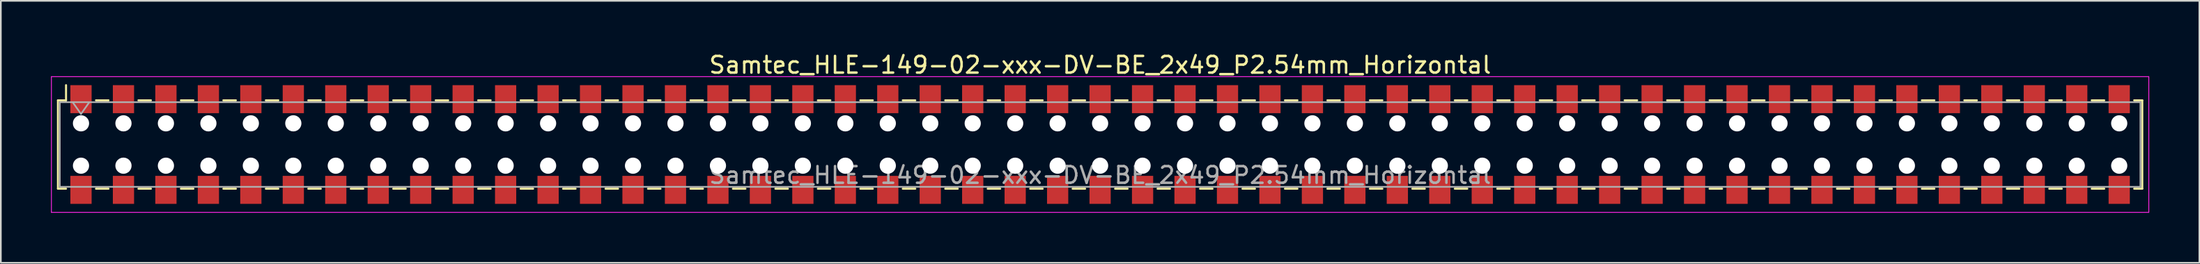
<source format=kicad_pcb>
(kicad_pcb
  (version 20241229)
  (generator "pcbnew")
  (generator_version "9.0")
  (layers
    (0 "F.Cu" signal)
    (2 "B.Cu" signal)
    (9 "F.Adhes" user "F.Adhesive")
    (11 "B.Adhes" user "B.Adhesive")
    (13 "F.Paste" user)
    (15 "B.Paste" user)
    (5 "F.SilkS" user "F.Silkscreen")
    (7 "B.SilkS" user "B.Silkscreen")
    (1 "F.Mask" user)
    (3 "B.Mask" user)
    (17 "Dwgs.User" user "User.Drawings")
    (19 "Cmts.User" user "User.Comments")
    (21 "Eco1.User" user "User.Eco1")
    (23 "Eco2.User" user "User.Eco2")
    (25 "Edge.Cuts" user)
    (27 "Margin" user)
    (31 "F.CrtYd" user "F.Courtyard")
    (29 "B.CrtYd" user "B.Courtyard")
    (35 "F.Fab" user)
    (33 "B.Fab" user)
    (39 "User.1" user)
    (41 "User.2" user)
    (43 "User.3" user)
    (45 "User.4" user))
  (footprint "Samtec_HLE-149-02-xxx-DV-BE_2x49_P2.54mm_Horizontal"
    (layer "F.Cu")
    (at 62.755 5.618)
    (property "Reference" "Samtec_HLE-149-02-xxx-DV-BE_2x49_P2.54mm_Horizontal" (at 0 -4.77 0) (layer "F.SilkS") (effects (font (size 1 1) (thickness 0.15))))
    (attr smd)
    (fp_line (start -62.34 -2.65) (end -62.34 2.65) (stroke (width 0.12) (type solid)) (layer "F.SilkS"))
    (fp_line (start -62.34 2.65) (end -61.855 2.65) (stroke (width 0.12) (type solid)) (layer "F.SilkS"))
    (fp_line (start -61.855 -3.56) (end -61.855 -2.65) (stroke (width 0.12) (type solid)) (layer "F.SilkS"))
    (fp_line (start -61.855 -2.65) (end -62.34 -2.65) (stroke (width 0.12) (type solid)) (layer "F.SilkS"))
    (fp_line (start -60.065 -2.65) (end -59.315 -2.65) (stroke (width 0.12) (type solid)) (layer "F.SilkS"))
    (fp_line (start -60.065 2.65) (end -59.315 2.65) (stroke (width 0.12) (type solid)) (layer "F.SilkS"))
    (fp_line (start -57.525 -2.65) (end -56.775 -2.65) (stroke (width 0.12) (type solid)) (layer "F.SilkS"))
    (fp_line (start -57.525 2.65) (end -56.775 2.65) (stroke (width 0.12) (type solid)) (layer "F.SilkS"))
    (fp_line (start -54.985 -2.65) (end -54.235 -2.65) (stroke (width 0.12) (type solid)) (layer "F.SilkS"))
    (fp_line (start -54.985 2.65) (end -54.235 2.65) (stroke (width 0.12) (type solid)) (layer "F.SilkS"))
    (fp_line (start -52.445 -2.65) (end -51.695 -2.65) (stroke (width 0.12) (type solid)) (layer "F.SilkS"))
    (fp_line (start -52.445 2.65) (end -51.695 2.65) (stroke (width 0.12) (type solid)) (layer "F.SilkS"))
    (fp_line (start -49.905 -2.65) (end -49.155 -2.65) (stroke (width 0.12) (type solid)) (layer "F.SilkS"))
    (fp_line (start -49.905 2.65) (end -49.155 2.65) (stroke (width 0.12) (type solid)) (layer "F.SilkS"))
    (fp_line (start -47.365 -2.65) (end -46.615 -2.65) (stroke (width 0.12) (type solid)) (layer "F.SilkS"))
    (fp_line (start -47.365 2.65) (end -46.615 2.65) (stroke (width 0.12) (type solid)) (layer "F.SilkS"))
    (fp_line (start -44.825 -2.65) (end -44.075 -2.65) (stroke (width 0.12) (type solid)) (layer "F.SilkS"))
    (fp_line (start -44.825 2.65) (end -44.075 2.65) (stroke (width 0.12) (type solid)) (layer "F.SilkS"))
    (fp_line (start -42.285 -2.65) (end -41.535 -2.65) (stroke (width 0.12) (type solid)) (layer "F.SilkS"))
    (fp_line (start -42.285 2.65) (end -41.535 2.65) (stroke (width 0.12) (type solid)) (layer "F.SilkS"))
    (fp_line (start -39.745 -2.65) (end -38.995 -2.65) (stroke (width 0.12) (type solid)) (layer "F.SilkS"))
    (fp_line (start -39.745 2.65) (end -38.995 2.65) (stroke (width 0.12) (type solid)) (layer "F.SilkS"))
    (fp_line (start -37.205 -2.65) (end -36.455 -2.65) (stroke (width 0.12) (type solid)) (layer "F.SilkS"))
    (fp_line (start -37.205 2.65) (end -36.455 2.65) (stroke (width 0.12) (type solid)) (layer "F.SilkS"))
    (fp_line (start -34.665 -2.65) (end -33.915 -2.65) (stroke (width 0.12) (type solid)) (layer "F.SilkS"))
    (fp_line (start -34.665 2.65) (end -33.915 2.65) (stroke (width 0.12) (type solid)) (layer "F.SilkS"))
    (fp_line (start -32.125 -2.65) (end -31.375 -2.65) (stroke (width 0.12) (type solid)) (layer "F.SilkS"))
    (fp_line (start -32.125 2.65) (end -31.375 2.65) (stroke (width 0.12) (type solid)) (layer "F.SilkS"))
    (fp_line (start -29.585 -2.65) (end -28.835 -2.65) (stroke (width 0.12) (type solid)) (layer "F.SilkS"))
    (fp_line (start -29.585 2.65) (end -28.835 2.65) (stroke (width 0.12) (type solid)) (layer "F.SilkS"))
    (fp_line (start -27.045 -2.65) (end -26.295 -2.65) (stroke (width 0.12) (type solid)) (layer "F.SilkS"))
    (fp_line (start -27.045 2.65) (end -26.295 2.65) (stroke (width 0.12) (type solid)) (layer "F.SilkS"))
    (fp_line (start -24.505 -2.65) (end -23.755 -2.65) (stroke (width 0.12) (type solid)) (layer "F.SilkS"))
    (fp_line (start -24.505 2.65) (end -23.755 2.65) (stroke (width 0.12) (type solid)) (layer "F.SilkS"))
    (fp_line (start -21.965 -2.65) (end -21.215 -2.65) (stroke (width 0.12) (type solid)) (layer "F.SilkS"))
    (fp_line (start -21.965 2.65) (end -21.215 2.65) (stroke (width 0.12) (type solid)) (layer "F.SilkS"))
    (fp_line (start -19.425 -2.65) (end -18.675 -2.65) (stroke (width 0.12) (type solid)) (layer "F.SilkS"))
    (fp_line (start -19.425 2.65) (end -18.675 2.65) (stroke (width 0.12) (type solid)) (layer "F.SilkS"))
    (fp_line (start -16.885 -2.65) (end -16.135 -2.65) (stroke (width 0.12) (type solid)) (layer "F.SilkS"))
    (fp_line (start -16.885 2.65) (end -16.135 2.65) (stroke (width 0.12) (type solid)) (layer "F.SilkS"))
    (fp_line (start -14.345 -2.65) (end -13.595 -2.65) (stroke (width 0.12) (type solid)) (layer "F.SilkS"))
    (fp_line (start -14.345 2.65) (end -13.595 2.65) (stroke (width 0.12) (type solid)) (layer "F.SilkS"))
    (fp_line (start -11.805 -2.65) (end -11.055 -2.65) (stroke (width 0.12) (type solid)) (layer "F.SilkS"))
    (fp_line (start -11.805 2.65) (end -11.055 2.65) (stroke (width 0.12) (type solid)) (layer "F.SilkS"))
    (fp_line (start -9.265 -2.65) (end -8.515 -2.65) (stroke (width 0.12) (type solid)) (layer "F.SilkS"))
    (fp_line (start -9.265 2.65) (end -8.515 2.65) (stroke (width 0.12) (type solid)) (layer "F.SilkS"))
    (fp_line (start -6.725 -2.65) (end -5.975 -2.65) (stroke (width 0.12) (type solid)) (layer "F.SilkS"))
    (fp_line (start -6.725 2.65) (end -5.975 2.65) (stroke (width 0.12) (type solid)) (layer "F.SilkS"))
    (fp_line (start -4.185 -2.65) (end -3.435 -2.65) (stroke (width 0.12) (type solid)) (layer "F.SilkS"))
    (fp_line (start -4.185 2.65) (end -3.435 2.65) (stroke (width 0.12) (type solid)) (layer "F.SilkS"))
    (fp_line (start -1.645 -2.65) (end -0.895 -2.65) (stroke (width 0.12) (type solid)) (layer "F.SilkS"))
    (fp_line (start -1.645 2.65) (end -0.895 2.65) (stroke (width 0.12) (type solid)) (layer "F.SilkS"))
    (fp_line (start 0.895 -2.65) (end 1.645 -2.65) (stroke (width 0.12) (type solid)) (layer "F.SilkS"))
    (fp_line (start 0.895 2.65) (end 1.645 2.65) (stroke (width 0.12) (type solid)) (layer "F.SilkS"))
    (fp_line (start 3.435 -2.65) (end 4.185 -2.65) (stroke (width 0.12) (type solid)) (layer "F.SilkS"))
    (fp_line (start 3.435 2.65) (end 4.185 2.65) (stroke (width 0.12) (type solid)) (layer "F.SilkS"))
    (fp_line (start 5.975 -2.65) (end 6.725 -2.65) (stroke (width 0.12) (type solid)) (layer "F.SilkS"))
    (fp_line (start 5.975 2.65) (end 6.725 2.65) (stroke (width 0.12) (type solid)) (layer "F.SilkS"))
    (fp_line (start 8.515 -2.65) (end 9.265 -2.65) (stroke (width 0.12) (type solid)) (layer "F.SilkS"))
    (fp_line (start 8.515 2.65) (end 9.265 2.65) (stroke (width 0.12) (type solid)) (layer "F.SilkS"))
    (fp_line (start 11.055 -2.65) (end 11.805 -2.65) (stroke (width 0.12) (type solid)) (layer "F.SilkS"))
    (fp_line (start 11.055 2.65) (end 11.805 2.65) (stroke (width 0.12) (type solid)) (layer "F.SilkS"))
    (fp_line (start 13.595 -2.65) (end 14.345 -2.65) (stroke (width 0.12) (type solid)) (layer "F.SilkS"))
    (fp_line (start 13.595 2.65) (end 14.345 2.65) (stroke (width 0.12) (type solid)) (layer "F.SilkS"))
    (fp_line (start 16.135 -2.65) (end 16.885 -2.65) (stroke (width 0.12) (type solid)) (layer "F.SilkS"))
    (fp_line (start 16.135 2.65) (end 16.885 2.65) (stroke (width 0.12) (type solid)) (layer "F.SilkS"))
    (fp_line (start 18.675 -2.65) (end 19.425 -2.65) (stroke (width 0.12) (type solid)) (layer "F.SilkS"))
    (fp_line (start 18.675 2.65) (end 19.425 2.65) (stroke (width 0.12) (type solid)) (layer "F.SilkS"))
    (fp_line (start 21.215 -2.65) (end 21.965 -2.65) (stroke (width 0.12) (type solid)) (layer "F.SilkS"))
    (fp_line (start 21.215 2.65) (end 21.965 2.65) (stroke (width 0.12) (type solid)) (layer "F.SilkS"))
    (fp_line (start 23.755 -2.65) (end 24.505 -2.65) (stroke (width 0.12) (type solid)) (layer "F.SilkS"))
    (fp_line (start 23.755 2.65) (end 24.505 2.65) (stroke (width 0.12) (type solid)) (layer "F.SilkS"))
    (fp_line (start 26.295 -2.65) (end 27.045 -2.65) (stroke (width 0.12) (type solid)) (layer "F.SilkS"))
    (fp_line (start 26.295 2.65) (end 27.045 2.65) (stroke (width 0.12) (type solid)) (layer "F.SilkS"))
    (fp_line (start 28.835 -2.65) (end 29.585 -2.65) (stroke (width 0.12) (type solid)) (layer "F.SilkS"))
    (fp_line (start 28.835 2.65) (end 29.585 2.65) (stroke (width 0.12) (type solid)) (layer "F.SilkS"))
    (fp_line (start 31.375 -2.65) (end 32.125 -2.65) (stroke (width 0.12) (type solid)) (layer "F.SilkS"))
    (fp_line (start 31.375 2.65) (end 32.125 2.65) (stroke (width 0.12) (type solid)) (layer "F.SilkS"))
    (fp_line (start 33.915 -2.65) (end 34.665 -2.65) (stroke (width 0.12) (type solid)) (layer "F.SilkS"))
    (fp_line (start 33.915 2.65) (end 34.665 2.65) (stroke (width 0.12) (type solid)) (layer "F.SilkS"))
    (fp_line (start 36.455 -2.65) (end 37.205 -2.65) (stroke (width 0.12) (type solid)) (layer "F.SilkS"))
    (fp_line (start 36.455 2.65) (end 37.205 2.65) (stroke (width 0.12) (type solid)) (layer "F.SilkS"))
    (fp_line (start 38.995 -2.65) (end 39.745 -2.65) (stroke (width 0.12) (type solid)) (layer "F.SilkS"))
    (fp_line (start 38.995 2.65) (end 39.745 2.65) (stroke (width 0.12) (type solid)) (layer "F.SilkS"))
    (fp_line (start 41.535 -2.65) (end 42.285 -2.65) (stroke (width 0.12) (type solid)) (layer "F.SilkS"))
    (fp_line (start 41.535 2.65) (end 42.285 2.65) (stroke (width 0.12) (type solid)) (layer "F.SilkS"))
    (fp_line (start 44.075 -2.65) (end 44.825 -2.65) (stroke (width 0.12) (type solid)) (layer "F.SilkS"))
    (fp_line (start 44.075 2.65) (end 44.825 2.65) (stroke (width 0.12) (type solid)) (layer "F.SilkS"))
    (fp_line (start 46.615 -2.65) (end 47.365 -2.65) (stroke (width 0.12) (type solid)) (layer "F.SilkS"))
    (fp_line (start 46.615 2.65) (end 47.365 2.65) (stroke (width 0.12) (type solid)) (layer "F.SilkS"))
    (fp_line (start 49.155 -2.65) (end 49.905 -2.65) (stroke (width 0.12) (type solid)) (layer "F.SilkS"))
    (fp_line (start 49.155 2.65) (end 49.905 2.65) (stroke (width 0.12) (type solid)) (layer "F.SilkS"))
    (fp_line (start 51.695 -2.65) (end 52.445 -2.65) (stroke (width 0.12) (type solid)) (layer "F.SilkS"))
    (fp_line (start 51.695 2.65) (end 52.445 2.65) (stroke (width 0.12) (type solid)) (layer "F.SilkS"))
    (fp_line (start 54.235 -2.65) (end 54.985 -2.65) (stroke (width 0.12) (type solid)) (layer "F.SilkS"))
    (fp_line (start 54.235 2.65) (end 54.985 2.65) (stroke (width 0.12) (type solid)) (layer "F.SilkS"))
    (fp_line (start 56.775 -2.65) (end 57.525 -2.65) (stroke (width 0.12) (type solid)) (layer "F.SilkS"))
    (fp_line (start 56.775 2.65) (end 57.525 2.65) (stroke (width 0.12) (type solid)) (layer "F.SilkS"))
    (fp_line (start 59.315 -2.65) (end 60.065 -2.65) (stroke (width 0.12) (type solid)) (layer "F.SilkS"))
    (fp_line (start 59.315 2.65) (end 60.065 2.65) (stroke (width 0.12) (type solid)) (layer "F.SilkS"))
    (fp_line (start 61.855 -2.65) (end 62.34 -2.65) (stroke (width 0.12) (type solid)) (layer "F.SilkS"))
    (fp_line (start 62.34 -2.65) (end 62.34 2.65) (stroke (width 0.12) (type solid)) (layer "F.SilkS"))
    (fp_line (start 62.34 2.65) (end 61.855 2.65) (stroke (width 0.12) (type solid)) (layer "F.SilkS"))
    (fp_line (start -62.73 -4.07) (end 62.73 -4.07) (stroke (width 0.05) (type solid)) (layer "F.CrtYd"))
    (fp_line (start -62.73 4.07) (end -62.73 -4.07) (stroke (width 0.05) (type solid)) (layer "F.CrtYd"))
    (fp_line (start 62.73 -4.07) (end 62.73 4.07) (stroke (width 0.05) (type solid)) (layer "F.CrtYd"))
    (fp_line (start 62.73 4.07) (end -62.73 4.07) (stroke (width 0.05) (type solid)) (layer "F.CrtYd"))
    (fp_line (start -62.23 -2.54) (end 62.23 -2.54) (stroke (width 0.1) (type solid)) (layer "F.Fab"))
    (fp_line (start -62.23 2.54) (end -62.23 -2.54) (stroke (width 0.1) (type solid)) (layer "F.Fab"))
    (fp_line (start -61.46 -2.54) (end -60.96 -1.833) (stroke (width 0.1) (type solid)) (layer "F.Fab"))
    (fp_line (start -60.96 -1.833) (end -60.46 -2.54) (stroke (width 0.1) (type solid)) (layer "F.Fab"))
    (fp_line (start 62.23 -2.54) (end 62.23 2.54) (stroke (width 0.1) (type solid)) (layer "F.Fab"))
    (fp_line (start 62.23 2.54) (end -62.23 2.54) (stroke (width 0.1) (type solid)) (layer "F.Fab"))
    (fp_text user "${REFERENCE}" (at 0 1.84 0) (layer "F.Fab") (effects (font (size 1 1) (thickness 0.15))))
    (pad "" np_thru_hole circle (at -60.96 -1.27) (size 0.97 0.97) (drill 0.97) (layers "*.Cu" "*.Mask"))
    (pad "" np_thru_hole circle (at -60.96 1.27) (size 0.97 0.97) (drill 0.97) (layers "*.Cu" "*.Mask"))
    (pad "" np_thru_hole circle (at -58.42 -1.27) (size 0.97 0.97) (drill 0.97) (layers "*.Cu" "*.Mask"))
    (pad "" np_thru_hole circle (at -58.42 1.27) (size 0.97 0.97) (drill 0.97) (layers "*.Cu" "*.Mask"))
    (pad "" np_thru_hole circle (at -55.88 -1.27) (size 0.97 0.97) (drill 0.97) (layers "*.Cu" "*.Mask"))
    (pad "" np_thru_hole circle (at -55.88 1.27) (size 0.97 0.97) (drill 0.97) (layers "*.Cu" "*.Mask"))
    (pad "" np_thru_hole circle (at -53.34 -1.27) (size 0.97 0.97) (drill 0.97) (layers "*.Cu" "*.Mask"))
    (pad "" np_thru_hole circle (at -53.34 1.27) (size 0.97 0.97) (drill 0.97) (layers "*.Cu" "*.Mask"))
    (pad "" np_thru_hole circle (at -50.8 -1.27) (size 0.97 0.97) (drill 0.97) (layers "*.Cu" "*.Mask"))
    (pad "" np_thru_hole circle (at -50.8 1.27) (size 0.97 0.97) (drill 0.97) (layers "*.Cu" "*.Mask"))
    (pad "" np_thru_hole circle (at -48.26 -1.27) (size 0.97 0.97) (drill 0.97) (layers "*.Cu" "*.Mask"))
    (pad "" np_thru_hole circle (at -48.26 1.27) (size 0.97 0.97) (drill 0.97) (layers "*.Cu" "*.Mask"))
    (pad "" np_thru_hole circle (at -45.72 -1.27) (size 0.97 0.97) (drill 0.97) (layers "*.Cu" "*.Mask"))
    (pad "" np_thru_hole circle (at -45.72 1.27) (size 0.97 0.97) (drill 0.97) (layers "*.Cu" "*.Mask"))
    (pad "" np_thru_hole circle (at -43.18 -1.27) (size 0.97 0.97) (drill 0.97) (layers "*.Cu" "*.Mask"))
    (pad "" np_thru_hole circle (at -43.18 1.27) (size 0.97 0.97) (drill 0.97) (layers "*.Cu" "*.Mask"))
    (pad "" np_thru_hole circle (at -40.64 -1.27) (size 0.97 0.97) (drill 0.97) (layers "*.Cu" "*.Mask"))
    (pad "" np_thru_hole circle (at -40.64 1.27) (size 0.97 0.97) (drill 0.97) (layers "*.Cu" "*.Mask"))
    (pad "" np_thru_hole circle (at -38.1 -1.27) (size 0.97 0.97) (drill 0.97) (layers "*.Cu" "*.Mask"))
    (pad "" np_thru_hole circle (at -38.1 1.27) (size 0.97 0.97) (drill 0.97) (layers "*.Cu" "*.Mask"))
    (pad "" np_thru_hole circle (at -35.56 -1.27) (size 0.97 0.97) (drill 0.97) (layers "*.Cu" "*.Mask"))
    (pad "" np_thru_hole circle (at -35.56 1.27) (size 0.97 0.97) (drill 0.97) (layers "*.Cu" "*.Mask"))
    (pad "" np_thru_hole circle (at -33.02 -1.27) (size 0.97 0.97) (drill 0.97) (layers "*.Cu" "*.Mask"))
    (pad "" np_thru_hole circle (at -33.02 1.27) (size 0.97 0.97) (drill 0.97) (layers "*.Cu" "*.Mask"))
    (pad "" np_thru_hole circle (at -30.48 -1.27) (size 0.97 0.97) (drill 0.97) (layers "*.Cu" "*.Mask"))
    (pad "" np_thru_hole circle (at -30.48 1.27) (size 0.97 0.97) (drill 0.97) (layers "*.Cu" "*.Mask"))
    (pad "" np_thru_hole circle (at -27.94 -1.27) (size 0.97 0.97) (drill 0.97) (layers "*.Cu" "*.Mask"))
    (pad "" np_thru_hole circle (at -27.94 1.27) (size 0.97 0.97) (drill 0.97) (layers "*.Cu" "*.Mask"))
    (pad "" np_thru_hole circle (at -25.4 -1.27) (size 0.97 0.97) (drill 0.97) (layers "*.Cu" "*.Mask"))
    (pad "" np_thru_hole circle (at -25.4 1.27) (size 0.97 0.97) (drill 0.97) (layers "*.Cu" "*.Mask"))
    (pad "" np_thru_hole circle (at -22.86 -1.27) (size 0.97 0.97) (drill 0.97) (layers "*.Cu" "*.Mask"))
    (pad "" np_thru_hole circle (at -22.86 1.27) (size 0.97 0.97) (drill 0.97) (layers "*.Cu" "*.Mask"))
    (pad "" np_thru_hole circle (at -20.32 -1.27) (size 0.97 0.97) (drill 0.97) (layers "*.Cu" "*.Mask"))
    (pad "" np_thru_hole circle (at -20.32 1.27) (size 0.97 0.97) (drill 0.97) (layers "*.Cu" "*.Mask"))
    (pad "" np_thru_hole circle (at -17.78 -1.27) (size 0.97 0.97) (drill 0.97) (layers "*.Cu" "*.Mask"))
    (pad "" np_thru_hole circle (at -17.78 1.27) (size 0.97 0.97) (drill 0.97) (layers "*.Cu" "*.Mask"))
    (pad "" np_thru_hole circle (at -15.24 -1.27) (size 0.97 0.97) (drill 0.97) (layers "*.Cu" "*.Mask"))
    (pad "" np_thru_hole circle (at -15.24 1.27) (size 0.97 0.97) (drill 0.97) (layers "*.Cu" "*.Mask"))
    (pad "" np_thru_hole circle (at -12.7 -1.27) (size 0.97 0.97) (drill 0.97) (layers "*.Cu" "*.Mask"))
    (pad "" np_thru_hole circle (at -12.7 1.27) (size 0.97 0.97) (drill 0.97) (layers "*.Cu" "*.Mask"))
    (pad "" np_thru_hole circle (at -10.16 -1.27) (size 0.97 0.97) (drill 0.97) (layers "*.Cu" "*.Mask"))
    (pad "" np_thru_hole circle (at -10.16 1.27) (size 0.97 0.97) (drill 0.97) (layers "*.Cu" "*.Mask"))
    (pad "" np_thru_hole circle (at -7.62 -1.27) (size 0.97 0.97) (drill 0.97) (layers "*.Cu" "*.Mask"))
    (pad "" np_thru_hole circle (at -7.62 1.27) (size 0.97 0.97) (drill 0.97) (layers "*.Cu" "*.Mask"))
    (pad "" np_thru_hole circle (at -5.08 -1.27) (size 0.97 0.97) (drill 0.97) (layers "*.Cu" "*.Mask"))
    (pad "" np_thru_hole circle (at -5.08 1.27) (size 0.97 0.97) (drill 0.97) (layers "*.Cu" "*.Mask"))
    (pad "" np_thru_hole circle (at -2.54 -1.27) (size 0.97 0.97) (drill 0.97) (layers "*.Cu" "*.Mask"))
    (pad "" np_thru_hole circle (at -2.54 1.27) (size 0.97 0.97) (drill 0.97) (layers "*.Cu" "*.Mask"))
    (pad "" np_thru_hole circle (at 0 -1.27) (size 0.97 0.97) (drill 0.97) (layers "*.Cu" "*.Mask"))
    (pad "" np_thru_hole circle (at 0 1.27) (size 0.97 0.97) (drill 0.97) (layers "*.Cu" "*.Mask"))
    (pad "" np_thru_hole circle (at 2.54 -1.27) (size 0.97 0.97) (drill 0.97) (layers "*.Cu" "*.Mask"))
    (pad "" np_thru_hole circle (at 2.54 1.27) (size 0.97 0.97) (drill 0.97) (layers "*.Cu" "*.Mask"))
    (pad "" np_thru_hole circle (at 5.08 -1.27) (size 0.97 0.97) (drill 0.97) (layers "*.Cu" "*.Mask"))
    (pad "" np_thru_hole circle (at 5.08 1.27) (size 0.97 0.97) (drill 0.97) (layers "*.Cu" "*.Mask"))
    (pad "" np_thru_hole circle (at 7.62 -1.27) (size 0.97 0.97) (drill 0.97) (layers "*.Cu" "*.Mask"))
    (pad "" np_thru_hole circle (at 7.62 1.27) (size 0.97 0.97) (drill 0.97) (layers "*.Cu" "*.Mask"))
    (pad "" np_thru_hole circle (at 10.16 -1.27) (size 0.97 0.97) (drill 0.97) (layers "*.Cu" "*.Mask"))
    (pad "" np_thru_hole circle (at 10.16 1.27) (size 0.97 0.97) (drill 0.97) (layers "*.Cu" "*.Mask"))
    (pad "" np_thru_hole circle (at 12.7 -1.27) (size 0.97 0.97) (drill 0.97) (layers "*.Cu" "*.Mask"))
    (pad "" np_thru_hole circle (at 12.7 1.27) (size 0.97 0.97) (drill 0.97) (layers "*.Cu" "*.Mask"))
    (pad "" np_thru_hole circle (at 15.24 -1.27) (size 0.97 0.97) (drill 0.97) (layers "*.Cu" "*.Mask"))
    (pad "" np_thru_hole circle (at 15.24 1.27) (size 0.97 0.97) (drill 0.97) (layers "*.Cu" "*.Mask"))
    (pad "" np_thru_hole circle (at 17.78 -1.27) (size 0.97 0.97) (drill 0.97) (layers "*.Cu" "*.Mask"))
    (pad "" np_thru_hole circle (at 17.78 1.27) (size 0.97 0.97) (drill 0.97) (layers "*.Cu" "*.Mask"))
    (pad "" np_thru_hole circle (at 20.32 -1.27) (size 0.97 0.97) (drill 0.97) (layers "*.Cu" "*.Mask"))
    (pad "" np_thru_hole circle (at 20.32 1.27) (size 0.97 0.97) (drill 0.97) (layers "*.Cu" "*.Mask"))
    (pad "" np_thru_hole circle (at 22.86 -1.27) (size 0.97 0.97) (drill 0.97) (layers "*.Cu" "*.Mask"))
    (pad "" np_thru_hole circle (at 22.86 1.27) (size 0.97 0.97) (drill 0.97) (layers "*.Cu" "*.Mask"))
    (pad "" np_thru_hole circle (at 25.4 -1.27) (size 0.97 0.97) (drill 0.97) (layers "*.Cu" "*.Mask"))
    (pad "" np_thru_hole circle (at 25.4 1.27) (size 0.97 0.97) (drill 0.97) (layers "*.Cu" "*.Mask"))
    (pad "" np_thru_hole circle (at 27.94 -1.27) (size 0.97 0.97) (drill 0.97) (layers "*.Cu" "*.Mask"))
    (pad "" np_thru_hole circle (at 27.94 1.27) (size 0.97 0.97) (drill 0.97) (layers "*.Cu" "*.Mask"))
    (pad "" np_thru_hole circle (at 30.48 -1.27) (size 0.97 0.97) (drill 0.97) (layers "*.Cu" "*.Mask"))
    (pad "" np_thru_hole circle (at 30.48 1.27) (size 0.97 0.97) (drill 0.97) (layers "*.Cu" "*.Mask"))
    (pad "" np_thru_hole circle (at 33.02 -1.27) (size 0.97 0.97) (drill 0.97) (layers "*.Cu" "*.Mask"))
    (pad "" np_thru_hole circle (at 33.02 1.27) (size 0.97 0.97) (drill 0.97) (layers "*.Cu" "*.Mask"))
    (pad "" np_thru_hole circle (at 35.56 -1.27) (size 0.97 0.97) (drill 0.97) (layers "*.Cu" "*.Mask"))
    (pad "" np_thru_hole circle (at 35.56 1.27) (size 0.97 0.97) (drill 0.97) (layers "*.Cu" "*.Mask"))
    (pad "" np_thru_hole circle (at 38.1 -1.27) (size 0.97 0.97) (drill 0.97) (layers "*.Cu" "*.Mask"))
    (pad "" np_thru_hole circle (at 38.1 1.27) (size 0.97 0.97) (drill 0.97) (layers "*.Cu" "*.Mask"))
    (pad "" np_thru_hole circle (at 40.64 -1.27) (size 0.97 0.97) (drill 0.97) (layers "*.Cu" "*.Mask"))
    (pad "" np_thru_hole circle (at 40.64 1.27) (size 0.97 0.97) (drill 0.97) (layers "*.Cu" "*.Mask"))
    (pad "" np_thru_hole circle (at 43.18 -1.27) (size 0.97 0.97) (drill 0.97) (layers "*.Cu" "*.Mask"))
    (pad "" np_thru_hole circle (at 43.18 1.27) (size 0.97 0.97) (drill 0.97) (layers "*.Cu" "*.Mask"))
    (pad "" np_thru_hole circle (at 45.72 -1.27) (size 0.97 0.97) (drill 0.97) (layers "*.Cu" "*.Mask"))
    (pad "" np_thru_hole circle (at 45.72 1.27) (size 0.97 0.97) (drill 0.97) (layers "*.Cu" "*.Mask"))
    (pad "" np_thru_hole circle (at 48.26 -1.27) (size 0.97 0.97) (drill 0.97) (layers "*.Cu" "*.Mask"))
    (pad "" np_thru_hole circle (at 48.26 1.27) (size 0.97 0.97) (drill 0.97) (layers "*.Cu" "*.Mask"))
    (pad "" np_thru_hole circle (at 50.8 -1.27) (size 0.97 0.97) (drill 0.97) (layers "*.Cu" "*.Mask"))
    (pad "" np_thru_hole circle (at 50.8 1.27) (size 0.97 0.97) (drill 0.97) (layers "*.Cu" "*.Mask"))
    (pad "" np_thru_hole circle (at 53.34 -1.27) (size 0.97 0.97) (drill 0.97) (layers "*.Cu" "*.Mask"))
    (pad "" np_thru_hole circle (at 53.34 1.27) (size 0.97 0.97) (drill 0.97) (layers "*.Cu" "*.Mask"))
    (pad "" np_thru_hole circle (at 55.88 -1.27) (size 0.97 0.97) (drill 0.97) (layers "*.Cu" "*.Mask"))
    (pad "" np_thru_hole circle (at 55.88 1.27) (size 0.97 0.97) (drill 0.97) (layers "*.Cu" "*.Mask"))
    (pad "" np_thru_hole circle (at 58.42 -1.27) (size 0.97 0.97) (drill 0.97) (layers "*.Cu" "*.Mask"))
    (pad "" np_thru_hole circle (at 58.42 1.27) (size 0.97 0.97) (drill 0.97) (layers "*.Cu" "*.Mask"))
    (pad "" np_thru_hole circle (at 60.96 -1.27) (size 0.97 0.97) (drill 0.97) (layers "*.Cu" "*.Mask"))
    (pad "" np_thru_hole circle (at 60.96 1.27) (size 0.97 0.97) (drill 0.97) (layers "*.Cu" "*.Mask"))
    (pad "1" smd rect (at -60.96 -2.72) (size 1.27 1.68) (layers "F.Cu" "F.Mask" "F.Paste"))
    (pad "2" smd rect (at -60.96 2.72) (size 1.27 1.68) (layers "F.Cu" "F.Mask" "F.Paste"))
    (pad "3" smd rect (at -58.42 -2.72) (size 1.27 1.68) (layers "F.Cu" "F.Mask" "F.Paste"))
    (pad "4" smd rect (at -58.42 2.72) (size 1.27 1.68) (layers "F.Cu" "F.Mask" "F.Paste"))
    (pad "5" smd rect (at -55.88 -2.72) (size 1.27 1.68) (layers "F.Cu" "F.Mask" "F.Paste"))
    (pad "6" smd rect (at -55.88 2.72) (size 1.27 1.68) (layers "F.Cu" "F.Mask" "F.Paste"))
    (pad "7" smd rect (at -53.34 -2.72) (size 1.27 1.68) (layers "F.Cu" "F.Mask" "F.Paste"))
    (pad "8" smd rect (at -53.34 2.72) (size 1.27 1.68) (layers "F.Cu" "F.Mask" "F.Paste"))
    (pad "9" smd rect (at -50.8 -2.72) (size 1.27 1.68) (layers "F.Cu" "F.Mask" "F.Paste"))
    (pad "10" smd rect (at -50.8 2.72) (size 1.27 1.68) (layers "F.Cu" "F.Mask" "F.Paste"))
    (pad "11" smd rect (at -48.26 -2.72) (size 1.27 1.68) (layers "F.Cu" "F.Mask" "F.Paste"))
    (pad "12" smd rect (at -48.26 2.72) (size 1.27 1.68) (layers "F.Cu" "F.Mask" "F.Paste"))
    (pad "13" smd rect (at -45.72 -2.72) (size 1.27 1.68) (layers "F.Cu" "F.Mask" "F.Paste"))
    (pad "14" smd rect (at -45.72 2.72) (size 1.27 1.68) (layers "F.Cu" "F.Mask" "F.Paste"))
    (pad "15" smd rect (at -43.18 -2.72) (size 1.27 1.68) (layers "F.Cu" "F.Mask" "F.Paste"))
    (pad "16" smd rect (at -43.18 2.72) (size 1.27 1.68) (layers "F.Cu" "F.Mask" "F.Paste"))
    (pad "17" smd rect (at -40.64 -2.72) (size 1.27 1.68) (layers "F.Cu" "F.Mask" "F.Paste"))
    (pad "18" smd rect (at -40.64 2.72) (size 1.27 1.68) (layers "F.Cu" "F.Mask" "F.Paste"))
    (pad "19" smd rect (at -38.1 -2.72) (size 1.27 1.68) (layers "F.Cu" "F.Mask" "F.Paste"))
    (pad "20" smd rect (at -38.1 2.72) (size 1.27 1.68) (layers "F.Cu" "F.Mask" "F.Paste"))
    (pad "21" smd rect (at -35.56 -2.72) (size 1.27 1.68) (layers "F.Cu" "F.Mask" "F.Paste"))
    (pad "22" smd rect (at -35.56 2.72) (size 1.27 1.68) (layers "F.Cu" "F.Mask" "F.Paste"))
    (pad "23" smd rect (at -33.02 -2.72) (size 1.27 1.68) (layers "F.Cu" "F.Mask" "F.Paste"))
    (pad "24" smd rect (at -33.02 2.72) (size 1.27 1.68) (layers "F.Cu" "F.Mask" "F.Paste"))
    (pad "25" smd rect (at -30.48 -2.72) (size 1.27 1.68) (layers "F.Cu" "F.Mask" "F.Paste"))
    (pad "26" smd rect (at -30.48 2.72) (size 1.27 1.68) (layers "F.Cu" "F.Mask" "F.Paste"))
    (pad "27" smd rect (at -27.94 -2.72) (size 1.27 1.68) (layers "F.Cu" "F.Mask" "F.Paste"))
    (pad "28" smd rect (at -27.94 2.72) (size 1.27 1.68) (layers "F.Cu" "F.Mask" "F.Paste"))
    (pad "29" smd rect (at -25.4 -2.72) (size 1.27 1.68) (layers "F.Cu" "F.Mask" "F.Paste"))
    (pad "30" smd rect (at -25.4 2.72) (size 1.27 1.68) (layers "F.Cu" "F.Mask" "F.Paste"))
    (pad "31" smd rect (at -22.86 -2.72) (size 1.27 1.68) (layers "F.Cu" "F.Mask" "F.Paste"))
    (pad "32" smd rect (at -22.86 2.72) (size 1.27 1.68) (layers "F.Cu" "F.Mask" "F.Paste"))
    (pad "33" smd rect (at -20.32 -2.72) (size 1.27 1.68) (layers "F.Cu" "F.Mask" "F.Paste"))
    (pad "34" smd rect (at -20.32 2.72) (size 1.27 1.68) (layers "F.Cu" "F.Mask" "F.Paste"))
    (pad "35" smd rect (at -17.78 -2.72) (size 1.27 1.68) (layers "F.Cu" "F.Mask" "F.Paste"))
    (pad "36" smd rect (at -17.78 2.72) (size 1.27 1.68) (layers "F.Cu" "F.Mask" "F.Paste"))
    (pad "37" smd rect (at -15.24 -2.72) (size 1.27 1.68) (layers "F.Cu" "F.Mask" "F.Paste"))
    (pad "38" smd rect (at -15.24 2.72) (size 1.27 1.68) (layers "F.Cu" "F.Mask" "F.Paste"))
    (pad "39" smd rect (at -12.7 -2.72) (size 1.27 1.68) (layers "F.Cu" "F.Mask" "F.Paste"))
    (pad "40" smd rect (at -12.7 2.72) (size 1.27 1.68) (layers "F.Cu" "F.Mask" "F.Paste"))
    (pad "41" smd rect (at -10.16 -2.72) (size 1.27 1.68) (layers "F.Cu" "F.Mask" "F.Paste"))
    (pad "42" smd rect (at -10.16 2.72) (size 1.27 1.68) (layers "F.Cu" "F.Mask" "F.Paste"))
    (pad "43" smd rect (at -7.62 -2.72) (size 1.27 1.68) (layers "F.Cu" "F.Mask" "F.Paste"))
    (pad "44" smd rect (at -7.62 2.72) (size 1.27 1.68) (layers "F.Cu" "F.Mask" "F.Paste"))
    (pad "45" smd rect (at -5.08 -2.72) (size 1.27 1.68) (layers "F.Cu" "F.Mask" "F.Paste"))
    (pad "46" smd rect (at -5.08 2.72) (size 1.27 1.68) (layers "F.Cu" "F.Mask" "F.Paste"))
    (pad "47" smd rect (at -2.54 -2.72) (size 1.27 1.68) (layers "F.Cu" "F.Mask" "F.Paste"))
    (pad "48" smd rect (at -2.54 2.72) (size 1.27 1.68) (layers "F.Cu" "F.Mask" "F.Paste"))
    (pad "49" smd rect (at 0 -2.72) (size 1.27 1.68) (layers "F.Cu" "F.Mask" "F.Paste"))
    (pad "50" smd rect (at 0 2.72) (size 1.27 1.68) (layers "F.Cu" "F.Mask" "F.Paste"))
    (pad "51" smd rect (at 2.54 -2.72) (size 1.27 1.68) (layers "F.Cu" "F.Mask" "F.Paste"))
    (pad "52" smd rect (at 2.54 2.72) (size 1.27 1.68) (layers "F.Cu" "F.Mask" "F.Paste"))
    (pad "53" smd rect (at 5.08 -2.72) (size 1.27 1.68) (layers "F.Cu" "F.Mask" "F.Paste"))
    (pad "54" smd rect (at 5.08 2.72) (size 1.27 1.68) (layers "F.Cu" "F.Mask" "F.Paste"))
    (pad "55" smd rect (at 7.62 -2.72) (size 1.27 1.68) (layers "F.Cu" "F.Mask" "F.Paste"))
    (pad "56" smd rect (at 7.62 2.72) (size 1.27 1.68) (layers "F.Cu" "F.Mask" "F.Paste"))
    (pad "57" smd rect (at 10.16 -2.72) (size 1.27 1.68) (layers "F.Cu" "F.Mask" "F.Paste"))
    (pad "58" smd rect (at 10.16 2.72) (size 1.27 1.68) (layers "F.Cu" "F.Mask" "F.Paste"))
    (pad "59" smd rect (at 12.7 -2.72) (size 1.27 1.68) (layers "F.Cu" "F.Mask" "F.Paste"))
    (pad "60" smd rect (at 12.7 2.72) (size 1.27 1.68) (layers "F.Cu" "F.Mask" "F.Paste"))
    (pad "61" smd rect (at 15.24 -2.72) (size 1.27 1.68) (layers "F.Cu" "F.Mask" "F.Paste"))
    (pad "62" smd rect (at 15.24 2.72) (size 1.27 1.68) (layers "F.Cu" "F.Mask" "F.Paste"))
    (pad "63" smd rect (at 17.78 -2.72) (size 1.27 1.68) (layers "F.Cu" "F.Mask" "F.Paste"))
    (pad "64" smd rect (at 17.78 2.72) (size 1.27 1.68) (layers "F.Cu" "F.Mask" "F.Paste"))
    (pad "65" smd rect (at 20.32 -2.72) (size 1.27 1.68) (layers "F.Cu" "F.Mask" "F.Paste"))
    (pad "66" smd rect (at 20.32 2.72) (size 1.27 1.68) (layers "F.Cu" "F.Mask" "F.Paste"))
    (pad "67" smd rect (at 22.86 -2.72) (size 1.27 1.68) (layers "F.Cu" "F.Mask" "F.Paste"))
    (pad "68" smd rect (at 22.86 2.72) (size 1.27 1.68) (layers "F.Cu" "F.Mask" "F.Paste"))
    (pad "69" smd rect (at 25.4 -2.72) (size 1.27 1.68) (layers "F.Cu" "F.Mask" "F.Paste"))
    (pad "70" smd rect (at 25.4 2.72) (size 1.27 1.68) (layers "F.Cu" "F.Mask" "F.Paste"))
    (pad "71" smd rect (at 27.94 -2.72) (size 1.27 1.68) (layers "F.Cu" "F.Mask" "F.Paste"))
    (pad "72" smd rect (at 27.94 2.72) (size 1.27 1.68) (layers "F.Cu" "F.Mask" "F.Paste"))
    (pad "73" smd rect (at 30.48 -2.72) (size 1.27 1.68) (layers "F.Cu" "F.Mask" "F.Paste"))
    (pad "74" smd rect (at 30.48 2.72) (size 1.27 1.68) (layers "F.Cu" "F.Mask" "F.Paste"))
    (pad "75" smd rect (at 33.02 -2.72) (size 1.27 1.68) (layers "F.Cu" "F.Mask" "F.Paste"))
    (pad "76" smd rect (at 33.02 2.72) (size 1.27 1.68) (layers "F.Cu" "F.Mask" "F.Paste"))
    (pad "77" smd rect (at 35.56 -2.72) (size 1.27 1.68) (layers "F.Cu" "F.Mask" "F.Paste"))
    (pad "78" smd rect (at 35.56 2.72) (size 1.27 1.68) (layers "F.Cu" "F.Mask" "F.Paste"))
    (pad "79" smd rect (at 38.1 -2.72) (size 1.27 1.68) (layers "F.Cu" "F.Mask" "F.Paste"))
    (pad "80" smd rect (at 38.1 2.72) (size 1.27 1.68) (layers "F.Cu" "F.Mask" "F.Paste"))
    (pad "81" smd rect (at 40.64 -2.72) (size 1.27 1.68) (layers "F.Cu" "F.Mask" "F.Paste"))
    (pad "82" smd rect (at 40.64 2.72) (size 1.27 1.68) (layers "F.Cu" "F.Mask" "F.Paste"))
    (pad "83" smd rect (at 43.18 -2.72) (size 1.27 1.68) (layers "F.Cu" "F.Mask" "F.Paste"))
    (pad "84" smd rect (at 43.18 2.72) (size 1.27 1.68) (layers "F.Cu" "F.Mask" "F.Paste"))
    (pad "85" smd rect (at 45.72 -2.72) (size 1.27 1.68) (layers "F.Cu" "F.Mask" "F.Paste"))
    (pad "86" smd rect (at 45.72 2.72) (size 1.27 1.68) (layers "F.Cu" "F.Mask" "F.Paste"))
    (pad "87" smd rect (at 48.26 -2.72) (size 1.27 1.68) (layers "F.Cu" "F.Mask" "F.Paste"))
    (pad "88" smd rect (at 48.26 2.72) (size 1.27 1.68) (layers "F.Cu" "F.Mask" "F.Paste"))
    (pad "89" smd rect (at 50.8 -2.72) (size 1.27 1.68) (layers "F.Cu" "F.Mask" "F.Paste"))
    (pad "90" smd rect (at 50.8 2.72) (size 1.27 1.68) (layers "F.Cu" "F.Mask" "F.Paste"))
    (pad "91" smd rect (at 53.34 -2.72) (size 1.27 1.68) (layers "F.Cu" "F.Mask" "F.Paste"))
    (pad "92" smd rect (at 53.34 2.72) (size 1.27 1.68) (layers "F.Cu" "F.Mask" "F.Paste"))
    (pad "93" smd rect (at 55.88 -2.72) (size 1.27 1.68) (layers "F.Cu" "F.Mask" "F.Paste"))
    (pad "94" smd rect (at 55.88 2.72) (size 1.27 1.68) (layers "F.Cu" "F.Mask" "F.Paste"))
    (pad "95" smd rect (at 58.42 -2.72) (size 1.27 1.68) (layers "F.Cu" "F.Mask" "F.Paste"))
    (pad "96" smd rect (at 58.42 2.72) (size 1.27 1.68) (layers "F.Cu" "F.Mask" "F.Paste"))
    (pad "97" smd rect (at 60.96 -2.72) (size 1.27 1.68) (layers "F.Cu" "F.Mask" "F.Paste"))
    (pad "98" smd rect (at 60.96 2.72) (size 1.27 1.68) (layers "F.Cu" "F.Mask" "F.Paste")))
  (gr_rect
    (start -3 -3)
    (end 128.51 12.713)
    (stroke (width 0.1) (type default))
    (fill no)
    (layer "Edge.Cuts")))
</source>
